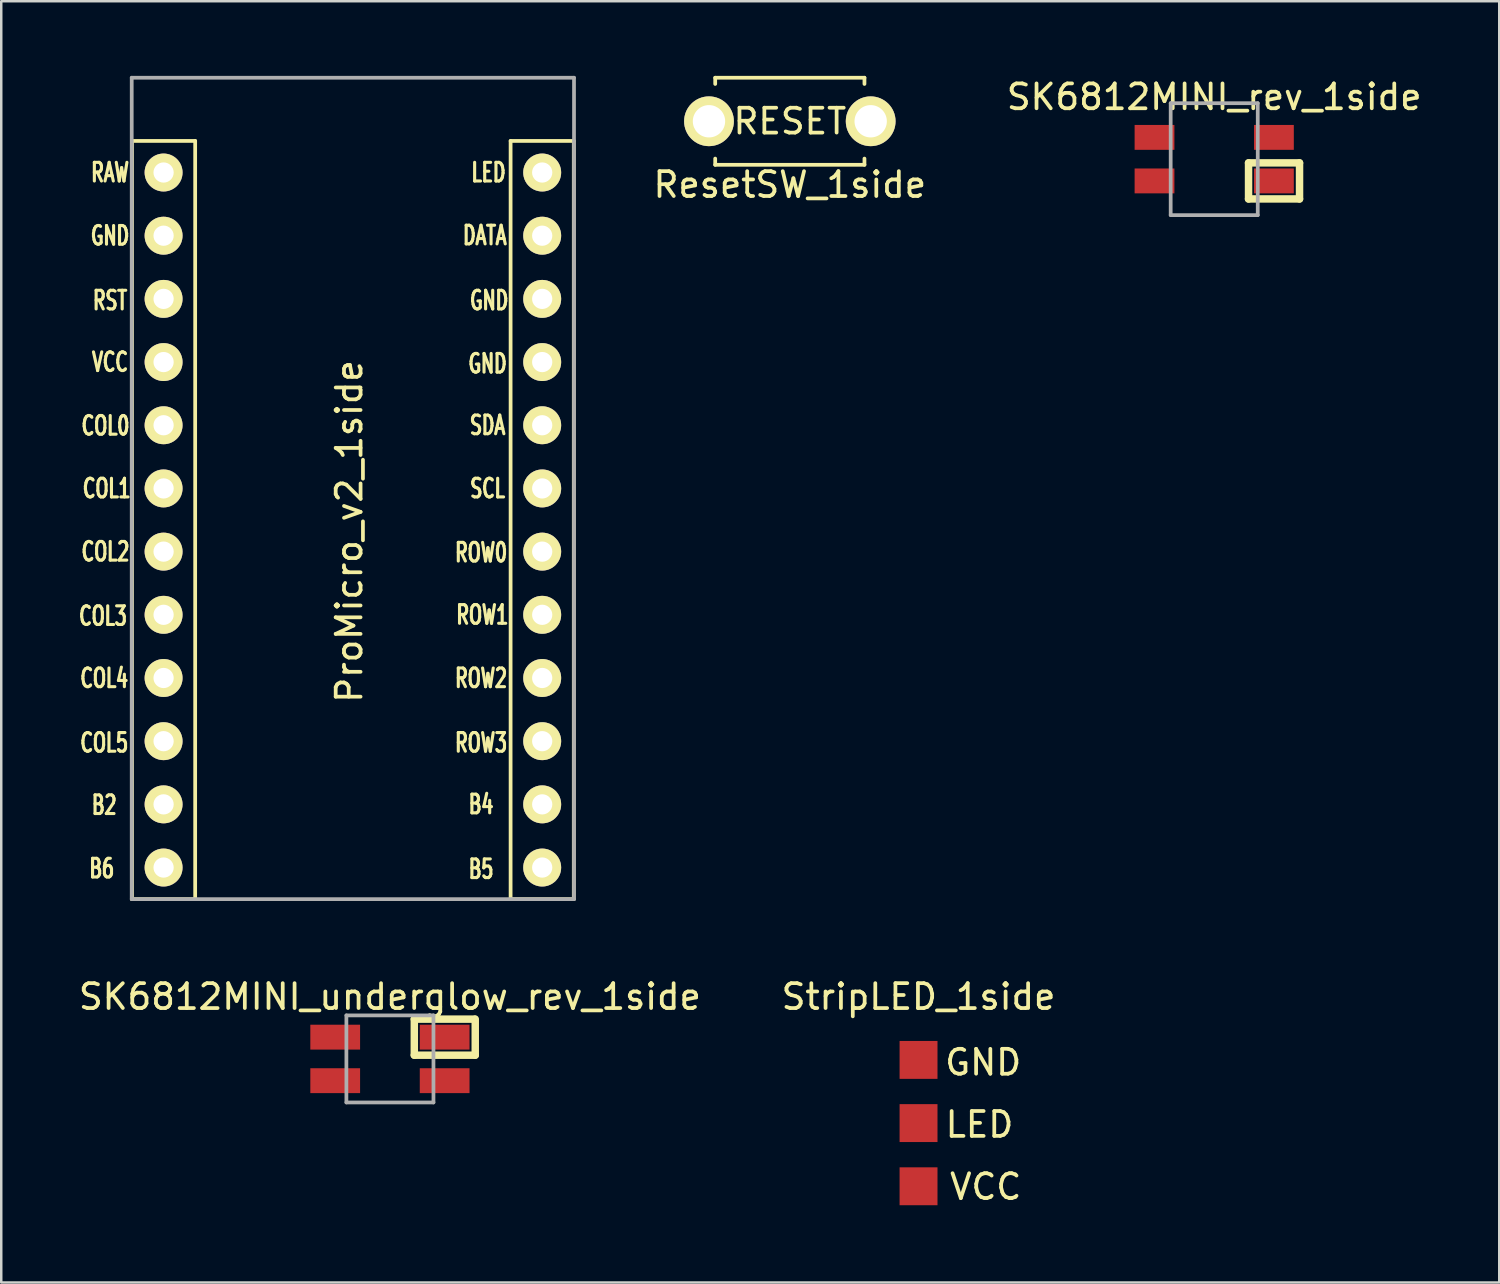
<source format=kicad_pcb>
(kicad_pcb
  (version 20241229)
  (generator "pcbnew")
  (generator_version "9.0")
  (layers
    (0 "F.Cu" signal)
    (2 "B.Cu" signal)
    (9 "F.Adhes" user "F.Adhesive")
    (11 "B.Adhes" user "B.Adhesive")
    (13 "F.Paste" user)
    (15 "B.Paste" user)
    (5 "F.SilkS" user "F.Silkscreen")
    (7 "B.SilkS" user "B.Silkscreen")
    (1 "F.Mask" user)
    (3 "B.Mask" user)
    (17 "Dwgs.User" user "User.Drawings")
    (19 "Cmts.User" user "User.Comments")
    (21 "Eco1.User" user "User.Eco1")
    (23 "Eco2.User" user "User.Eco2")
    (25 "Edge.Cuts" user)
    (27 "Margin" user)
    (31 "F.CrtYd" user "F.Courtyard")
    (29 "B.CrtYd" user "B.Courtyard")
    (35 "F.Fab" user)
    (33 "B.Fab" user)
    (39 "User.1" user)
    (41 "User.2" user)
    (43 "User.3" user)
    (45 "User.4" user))
  (footprint "SK6812MINI_rev_1side"
    (layer "F.Cu")
    (at 45.761 3.348)
    (property "Reference" "SK6812MINI_rev_1side" (at 0 -2.5 0) (layer "F.SilkS") (effects (font (size 1 1) (thickness 0.15))))
    (attr through_hole)
    (fp_line (start 1.38 0.15) (end 3.43 0.15) (stroke (width 0.3) (type solid)) (layer "F.SilkS"))
    (fp_line (start 1.38 1.6) (end 1.38 0.15) (stroke (width 0.3) (type solid)) (layer "F.SilkS"))
    (fp_line (start 3.43 0.15) (end 3.43 1.6) (stroke (width 0.3) (type solid)) (layer "F.SilkS"))
    (fp_line (start 3.43 1.6) (end 1.38 1.6) (stroke (width 0.3) (type solid)) (layer "F.SilkS"))
    (fp_line (start -1.75 -2.25) (end -1.75 2.25) (stroke (width 0.15) (type solid)) (layer "F.Fab"))
    (fp_line (start -1.75 -2.25) (end 1.75 -2.25) (stroke (width 0.15) (type solid)) (layer "F.Fab"))
    (fp_line (start 1.75 -2.25) (end 1.75 2.25) (stroke (width 0.15) (type solid)) (layer "F.Fab"))
    (fp_line (start 1.75 2.25) (end -1.75 2.25) (stroke (width 0.15) (type solid)) (layer "F.Fab"))
    (pad "1" smd rect (at -2.4 0.875) (size 1.6 1) (layers "F.Cu" "F.Mask" "F.Paste"))
    (pad "2" smd rect (at -2.4 -0.875) (size 1.6 1) (layers "F.Cu" "F.Mask" "F.Paste"))
    (pad "3" smd rect (at 2.4 -0.875) (size 1.6 1) (layers "F.Cu" "F.Mask" "F.Paste"))
    (pad "4" smd rect (at 2.4 0.875) (size 1.6 1) (layers "F.Cu" "F.Mask" "F.Paste")))
  (footprint "ResetSW_1side"
    (layer "F.Cu")
    (at 28.701 1.825)
    (property "Reference" "ResetSW_1side" (at 0 2.55 0) (layer "F.SilkS") (effects (font (size 1 1) (thickness 0.15))))
    (attr through_hole)
    (fp_line (start -3 -1.75) (end -3 -1.5) (stroke (width 0.15) (type solid)) (layer "F.SilkS"))
    (fp_line (start -3 -1.75) (end 3 -1.75) (stroke (width 0.15) (type solid)) (layer "F.SilkS"))
    (fp_line (start -3 1.75) (end -3 1.5) (stroke (width 0.15) (type solid)) (layer "F.SilkS"))
    (fp_line (start -3 1.75) (end 3 1.75) (stroke (width 0.15) (type solid)) (layer "F.SilkS"))
    (fp_line (start 3 -1.75) (end 3 -1.5) (stroke (width 0.15) (type solid)) (layer "F.SilkS"))
    (fp_line (start 3 1.75) (end 3 1.5) (stroke (width 0.15) (type solid)) (layer "F.SilkS"))
    (fp_text user "RESET" (at 0 0 0) (layer "F.SilkS") (effects (font (size 1 1) (thickness 0.15))))
    (pad "1" thru_hole circle (at 3.25 0) (size 2 2) (drill 1.3) (layers "*.Cu" "*.Mask" "F.SilkS"))
    (pad "2" thru_hole circle (at -3.25 0) (size 2 2) (drill 1.3) (layers "*.Cu" "*.Mask" "F.SilkS")))
  (footprint "StripLED_1side"
    (layer "F.Cu")
    (at 33.875 39.558)
    (property "Reference" "StripLED_1side" (at 0 -2.54 0) (layer "F.SilkS") (effects (font (size 1 1) (thickness 0.15))))
    (attr through_hole)
    (fp_text user "LED" (at 2.45 2.6 0) (layer "F.SilkS") (effects (font (size 1 1) (thickness 0.15))))
    (fp_text user "VCC" (at 2.7 5.1 0) (layer "F.SilkS") (effects (font (size 1 1) (thickness 0.15))))
    (fp_text user "GND" (at 2.6 0.1 0) (layer "F.SilkS") (effects (font (size 1 1) (thickness 0.15))))
    (pad "1" smd rect (at 0 0) (size 1.524 1.524) (layers "F.Cu" "F.Mask"))
    (pad "2" smd rect (at 0 2.54) (size 1.524 1.524) (layers "F.Cu" "F.Mask"))
    (pad "3" smd rect (at 0 5.08) (size 1.524 1.524) (layers "F.Cu" "F.Mask")))
  (footprint "ProMicro_v2_1side"
    (layer "F.Cu")
    (at 11.09 18.363)
    (property "Reference" "ProMicro_v2_1side" (at -0.1 -0.05 270) (layer "F.SilkS") (effects (font (size 1 1) (thickness 0.15))))
    (attr through_hole)
    (fp_line (start -8.834 -15.748) (end -6.294 -15.748) (stroke (width 0.15) (type solid)) (layer "F.SilkS"))
    (fp_line (start -8.834 14.732) (end -8.834 -15.748) (stroke (width 0.15) (type solid)) (layer "F.SilkS"))
    (fp_line (start -6.294 -15.748) (end -6.294 14.732) (stroke (width 0.15) (type solid)) (layer "F.SilkS"))
    (fp_line (start -6.294 14.732) (end -8.834 14.732) (stroke (width 0.15) (type solid)) (layer "F.SilkS"))
    (fp_line (start 6.386 -15.748) (end 8.926 -15.748) (stroke (width 0.15) (type solid)) (layer "F.SilkS"))
    (fp_line (start 6.386 14.732) (end 6.386 -15.748) (stroke (width 0.15) (type solid)) (layer "F.SilkS"))
    (fp_line (start 8.926 -15.748) (end 8.926 14.732) (stroke (width 0.15) (type solid)) (layer "F.SilkS"))
    (fp_line (start 8.926 14.732) (end 6.386 14.732) (stroke (width 0.15) (type solid)) (layer "F.SilkS"))
    (fp_line (start -8.845 -18.288) (end 8.935 -18.288) (stroke (width 0.15) (type solid)) (layer "F.Fab"))
    (fp_line (start -8.845 14.732) (end -8.845 -18.288) (stroke (width 0.15) (type solid)) (layer "F.Fab"))
    (fp_line (start 8.935 -18.288) (end 8.935 14.732) (stroke (width 0.15) (type solid)) (layer "F.Fab"))
    (fp_line (start 8.935 14.732) (end -8.845 14.732) (stroke (width 0.15) (type solid)) (layer "F.Fab"))
    (fp_text user "LED" (at 5.5 -14.478 0) (layer "F.SilkS") (effects (font (size 0.75 0.5) (thickness 0.125))))
    (fp_text user "RST" (at -9.716 -9.335 0) (layer "F.SilkS") (effects (font (size 0.75 0.5) (thickness 0.125))))
    (fp_text user "ROW2" (at 5.2 5.85 0) (layer "F.SilkS") (effects (font (size 0.75 0.5) (thickness 0.125))))
    (fp_text user "COL4" (at -9.95 5.85 0) (layer "F.SilkS") (effects (font (size 0.75 0.5) (thickness 0.125))))
    (fp_text user "ROW1" (at 5.25 3.302 0) (layer "F.SilkS") (effects (font (size 0.75 0.5) (thickness 0.125))))
    (fp_text user "COL3" (at -10 3.35 0) (layer "F.SilkS") (effects (font (size 0.75 0.5) (thickness 0.125))))
    (fp_text user "GND" (at -9.716 -11.938 0) (layer "F.SilkS") (effects (font (size 0.75 0.5) (thickness 0.125))))
    (fp_text user "COL5" (at -9.95 8.445 0) (layer "F.SilkS") (effects (font (size 0.75 0.5) (thickness 0.125))))
    (fp_text user "B2" (at -9.95 10.95 0) (layer "F.SilkS") (effects (font (size 0.75 0.5) (thickness 0.125))))
    (fp_text user "GND" (at 5.461 -6.795 0) (layer "F.SilkS") (effects (font (size 0.75 0.5) (thickness 0.125))))
    (fp_text user "COL0" (at -9.9 -4.3 0) (layer "F.SilkS") (effects (font (size 0.75 0.5) (thickness 0.125))))
    (fp_text user "RAW" (at -9.716 -14.478 0) (layer "F.SilkS") (effects (font (size 0.75 0.5) (thickness 0.125))))
    (fp_text user "SCL" (at 5.461 -1.778 0) (layer "F.SilkS") (effects (font (size 0.75 0.5) (thickness 0.125))))
    (fp_text user "DATA" (at 5.35 -11.95 0) (layer "F.SilkS") (effects (font (size 0.75 0.5) (thickness 0.125))))
    (fp_text user "VCC" (at -9.716 -6.858 0) (layer "F.SilkS") (effects (font (size 0.75 0.5) (thickness 0.125))))
    (fp_text user "SDA" (at 5.461 -4.318 0) (layer "F.SilkS") (effects (font (size 0.75 0.5) (thickness 0.125))))
    (fp_text user "COL1" (at -9.85 -1.778 0) (layer "F.SilkS") (effects (font (size 0.75 0.5) (thickness 0.125))))
    (fp_text user "B5" (at 5.2 13.525 0) (layer "F.SilkS") (effects (font (size 0.75 0.5) (thickness 0.125))))
    (fp_text user "ROW3" (at 5.2 8.445 0) (layer "F.SilkS") (effects (font (size 0.75 0.5) (thickness 0.125))))
    (fp_text user "ROW0" (at 5.2 0.8 0) (layer "F.SilkS") (effects (font (size 0.75 0.5) (thickness 0.125))))
    (fp_text user "" (at -0.5 -17.25 0) (layer "F.SilkS") (effects (font (size 1 1) (thickness 0.15))))
    (fp_text user "B6" (at -10.05 13.5 0) (layer "F.SilkS") (effects (font (size 0.75 0.5) (thickness 0.125))))
    (fp_text user "B4" (at 5.2 10.922 0) (layer "F.SilkS") (effects (font (size 0.75 0.5) (thickness 0.125))))
    (fp_text user "COL2" (at -9.9 0.762 0) (layer "F.SilkS") (effects (font (size 0.75 0.5) (thickness 0.125))))
    (fp_text user "GND" (at 5.524 -9.335 0) (layer "F.SilkS") (effects (font (size 0.75 0.5) (thickness 0.125))))
    (fp_text user "" (at -1.206 -16.256 0) (layer "B.SilkS") (effects (font (size 1 1) (thickness 0.15)) (justify mirror)))
    (pad "1" thru_hole circle (at 7.656 -14.478) (size 1.524 1.524) (drill 0.813) (layers "*.Cu" "*.Mask" "F.SilkS"))
    (pad "2" thru_hole circle (at 7.656 -11.938) (size 1.524 1.524) (drill 0.813) (layers "*.Cu" "*.Mask" "F.SilkS"))
    (pad "3" thru_hole circle (at 7.656 -9.398) (size 1.524 1.524) (drill 0.813) (layers "*.Cu" "*.Mask" "F.SilkS"))
    (pad "4" thru_hole circle (at 7.656 -6.858) (size 1.524 1.524) (drill 0.813) (layers "*.Cu" "*.Mask" "F.SilkS"))
    (pad "5" thru_hole circle (at 7.656 -4.318) (size 1.524 1.524) (drill 0.813) (layers "*.Cu" "*.Mask" "F.SilkS"))
    (pad "6" thru_hole circle (at 7.656 -1.778) (size 1.524 1.524) (drill 0.813) (layers "*.Cu" "*.Mask" "F.SilkS"))
    (pad "7" thru_hole circle (at 7.656 0.762) (size 1.524 1.524) (drill 0.813) (layers "*.Cu" "*.Mask" "F.SilkS"))
    (pad "8" thru_hole circle (at 7.656 3.302) (size 1.524 1.524) (drill 0.813) (layers "*.Cu" "*.Mask" "F.SilkS"))
    (pad "9" thru_hole circle (at 7.656 5.842) (size 1.524 1.524) (drill 0.813) (layers "*.Cu" "*.Mask" "F.SilkS"))
    (pad "10" thru_hole circle (at 7.656 8.382) (size 1.524 1.524) (drill 0.813) (layers "*.Cu" "*.Mask" "F.SilkS"))
    (pad "11" thru_hole circle (at 7.656 10.922) (size 1.524 1.524) (drill 0.813) (layers "*.Cu" "*.Mask" "F.SilkS"))
    (pad "12" thru_hole circle (at 7.656 13.462) (size 1.524 1.524) (drill 0.813) (layers "*.Cu" "*.Mask" "F.SilkS"))
    (pad "13" thru_hole circle (at -7.564 13.462) (size 1.524 1.524) (drill 0.813) (layers "*.Cu" "*.Mask" "F.SilkS"))
    (pad "14" thru_hole circle (at -7.564 10.922) (size 1.524 1.524) (drill 0.813) (layers "*.Cu" "*.Mask" "F.SilkS"))
    (pad "15" thru_hole circle (at -7.564 8.382) (size 1.524 1.524) (drill 0.813) (layers "*.Cu" "*.Mask" "F.SilkS"))
    (pad "16" thru_hole circle (at -7.564 5.842) (size 1.524 1.524) (drill 0.813) (layers "*.Cu" "*.Mask" "F.SilkS"))
    (pad "17" thru_hole circle (at -7.564 3.302) (size 1.524 1.524) (drill 0.813) (layers "*.Cu" "*.Mask" "F.SilkS"))
    (pad "18" thru_hole circle (at -7.564 0.762) (size 1.524 1.524) (drill 0.813) (layers "*.Cu" "*.Mask" "F.SilkS"))
    (pad "19" thru_hole circle (at -7.564 -1.778) (size 1.524 1.524) (drill 0.813) (layers "*.Cu" "*.Mask" "F.SilkS"))
    (pad "20" thru_hole circle (at -7.564 -4.318) (size 1.524 1.524) (drill 0.813) (layers "*.Cu" "*.Mask" "F.SilkS"))
    (pad "21" thru_hole circle (at -7.564 -6.858) (size 1.524 1.524) (drill 0.813) (layers "*.Cu" "*.Mask" "F.SilkS"))
    (pad "22" thru_hole circle (at -7.564 -9.398) (size 1.524 1.524) (drill 0.813) (layers "*.Cu" "*.Mask" "F.SilkS"))
    (pad "23" thru_hole circle (at -7.564 -11.938) (size 1.524 1.524) (drill 0.813) (layers "*.Cu" "*.Mask" "F.SilkS"))
    (pad "24" thru_hole circle (at -7.564 -14.478) (size 1.524 1.524) (drill 0.813) (layers "*.Cu" "*.Mask" "F.SilkS")))
  (footprint "SK6812MINI_underglow_rev_1side"
    (layer "F.Cu")
    (at 12.625 39.518)
    (property "Reference" "SK6812MINI_underglow_rev_1side" (at 0 -2.5 0) (layer "F.SilkS") (effects (font (size 1 1) (thickness 0.15))))
    (attr through_hole)
    (fp_line (start 0.98 -0.15) (end 0.98 -1.6) (stroke (width 0.3) (type solid)) (layer "F.SilkS"))
    (fp_line (start 0.98 -1.6) (end 3.4 -1.6) (stroke (width 0.3) (type solid)) (layer "F.SilkS"))
    (fp_line (start 3.43 -0.15) (end 0.98 -0.15) (stroke (width 0.3) (type solid)) (layer "F.SilkS"))
    (fp_line (start 3.43 -1.6) (end 3.43 -0.15) (stroke (width 0.3) (type solid)) (layer "F.SilkS"))
    (fp_line (start -1.75 -1.75) (end -1.75 1.75) (stroke (width 0.15) (type solid)) (layer "F.Fab"))
    (fp_line (start -1.75 -1.75) (end 1.75 -1.75) (stroke (width 0.15) (type solid)) (layer "F.Fab"))
    (fp_line (start 1.75 -1.75) (end 1.75 1.75) (stroke (width 0.15) (type solid)) (layer "F.Fab"))
    (fp_line (start 1.75 1.75) (end -1.75 1.75) (stroke (width 0.15) (type solid)) (layer "F.Fab"))
    (pad "1" smd rect (at -2.2 -0.875) (size 2 1) (layers "F.Cu" "F.Mask" "F.Paste"))
    (pad "2" smd rect (at -2.2 0.875) (size 2 1) (layers "F.Cu" "F.Mask" "F.Paste"))
    (pad "3" smd rect (at 2.2 0.875) (size 2 1) (layers "F.Cu" "F.Mask" "F.Paste"))
    (pad "4" smd rect (at 2.2 -0.875) (size 2 1) (layers "F.Cu" "F.Mask" "F.Paste")))
  (gr_rect
    (start -3 -3)
    (end 57.219 48.507)
    (stroke (width 0.1) (type default))
    (fill no)
    (layer "Edge.Cuts")))
</source>
